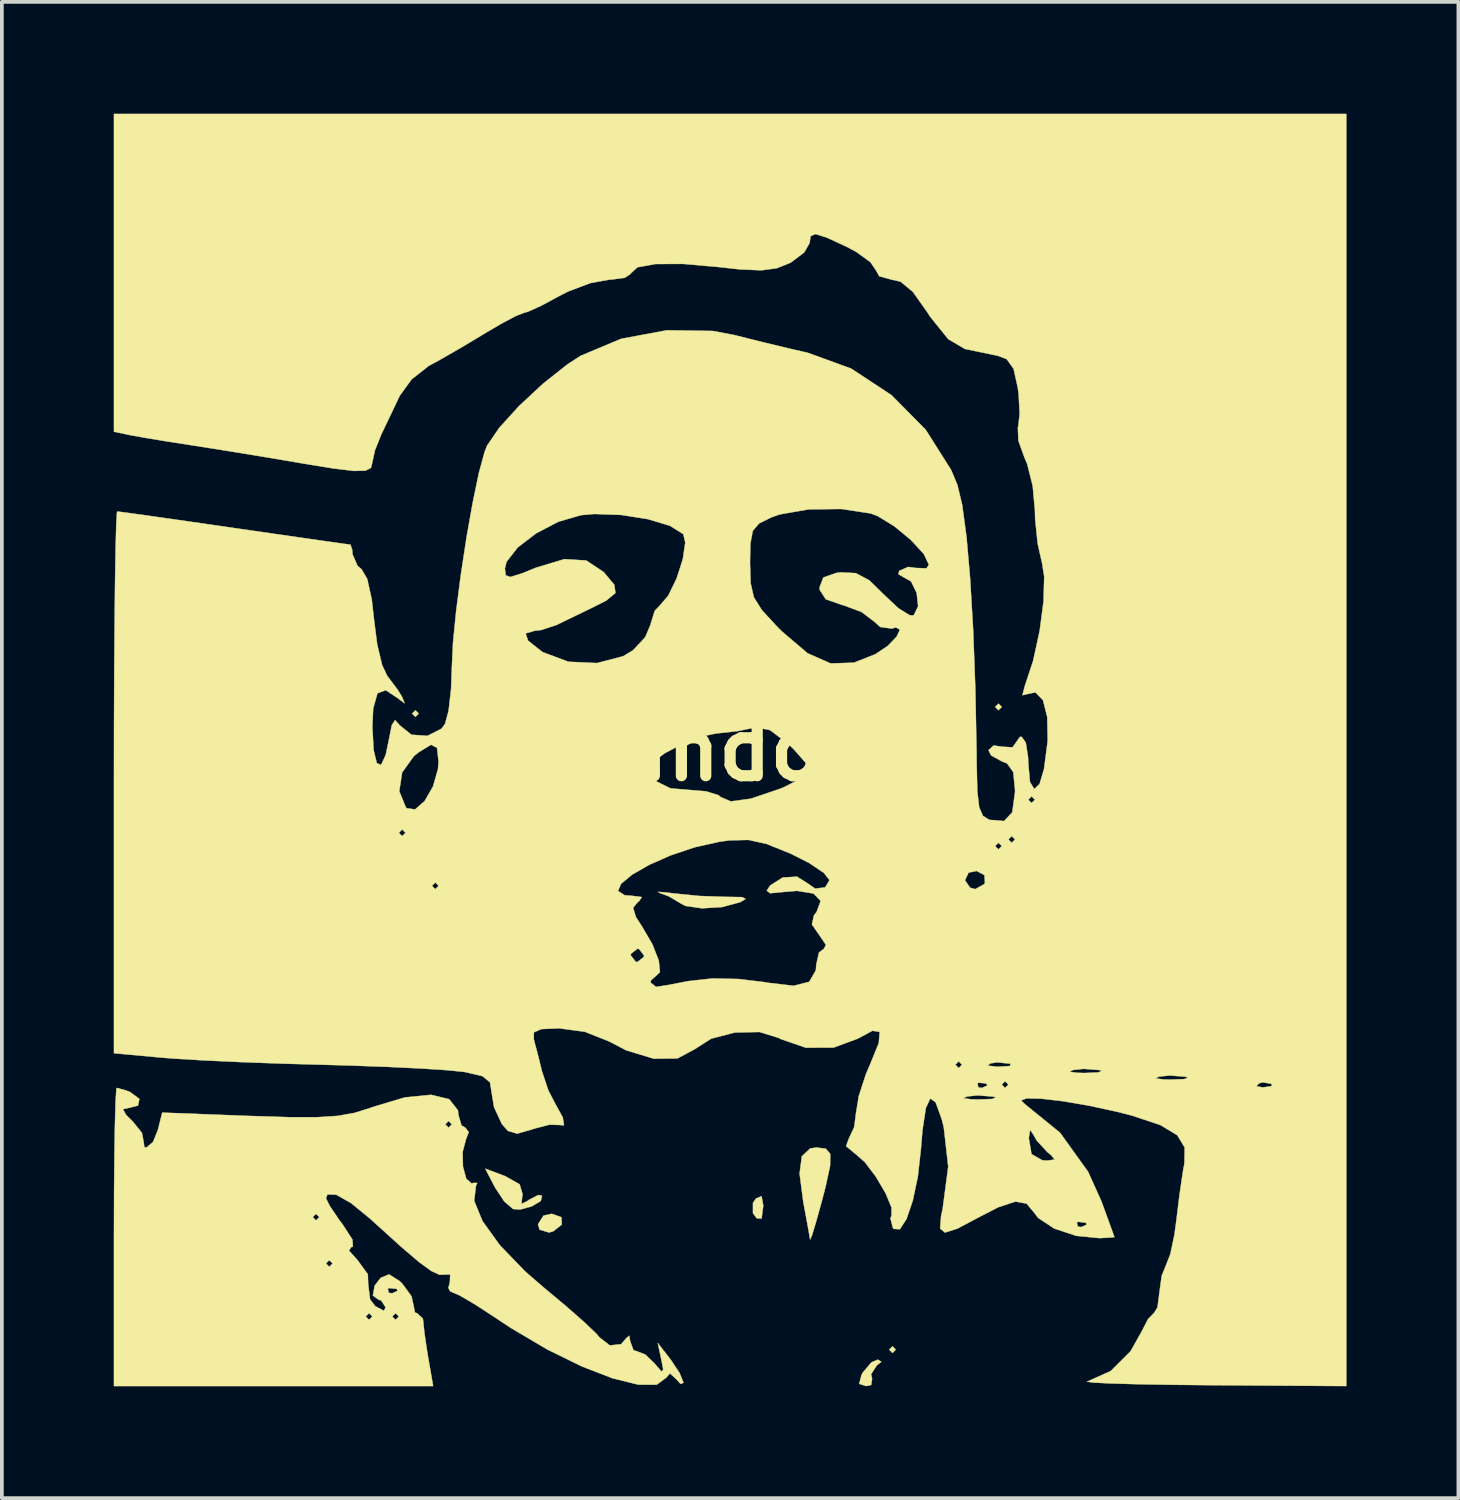
<source format=kicad_pcb>
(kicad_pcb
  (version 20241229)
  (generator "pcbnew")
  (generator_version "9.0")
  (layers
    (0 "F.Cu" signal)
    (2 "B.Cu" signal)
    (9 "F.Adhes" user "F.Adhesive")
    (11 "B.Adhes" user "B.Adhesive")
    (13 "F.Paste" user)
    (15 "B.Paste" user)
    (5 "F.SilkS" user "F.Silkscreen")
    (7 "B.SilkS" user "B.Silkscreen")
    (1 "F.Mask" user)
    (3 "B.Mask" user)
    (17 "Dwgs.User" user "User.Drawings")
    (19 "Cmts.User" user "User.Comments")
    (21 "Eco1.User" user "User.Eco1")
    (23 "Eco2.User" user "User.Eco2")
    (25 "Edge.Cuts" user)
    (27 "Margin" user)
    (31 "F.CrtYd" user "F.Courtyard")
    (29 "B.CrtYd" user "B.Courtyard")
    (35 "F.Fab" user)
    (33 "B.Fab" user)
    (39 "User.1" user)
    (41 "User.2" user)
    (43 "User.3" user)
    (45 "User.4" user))
  (footprint "landon"
    (layer "F.Cu")
    (at 16.524 17.057)
    (property "Reference" "landon" (at 0 0 0) (layer "F.SilkS") (effects (font (size 1.524 1.524) (thickness 0.3))))
    (attr through_hole)
    (fp_poly (pts (xy -8.348 -0.977) (xy -8.437 -0.888) (xy -8.526 -0.977) (xy -8.437 -1.066) (xy -8.348 -0.977)) (stroke (width 0.01) (type solid)) (fill yes) (layer "F.SilkS"))
    (fp_poly (pts (xy 4.441 16.075) (xy 4.352 16.164) (xy 4.263 16.075) (xy 4.352 15.986) (xy 4.441 16.075)) (stroke (width 0.01) (type solid)) (fill yes) (layer "F.SilkS"))
    (fp_poly (pts (xy 7.283 -1.155) (xy 7.194 -1.066) (xy 7.105 -1.155) (xy 7.194 -1.243) (xy 7.283 -1.155)) (stroke (width 0.01) (type solid)) (fill yes) (layer "F.SilkS"))
    (fp_poly (pts (xy -4.521 12.527) (xy -4.514 12.725) (xy -4.743 12.904) (xy -4.855 12.935) (xy -5.108 12.859) (xy -5.151 12.713) (xy -5.002 12.482) (xy -4.781 12.434) (xy -4.521 12.527)) (stroke (width 0.01) (type solid)) (fill yes) (layer "F.SilkS"))
    (fp_poly (pts (xy 0.888 12.212) (xy 0.888 12.22) (xy 0.844 12.56) (xy 0.714 12.555) (xy 0.612 12.418) (xy 0.612 12.142) (xy 0.69 12.027) (xy 0.843 11.961) (xy 0.888 12.212)) (stroke (width 0.01) (type solid)) (fill yes) (layer "F.SilkS"))
    (fp_poly (pts (xy 4.055 16.4) (xy 3.929 16.502) (xy 3.779 16.735) (xy 3.807 16.854) (xy 3.781 17.023) (xy 3.645 17.052) (xy 3.46 16.993) (xy 3.521 16.757) (xy 3.552 16.697) (xy 3.788 16.416) (xy 3.958 16.344) (xy 4.055 16.4)) (stroke (width 0.01) (type solid)) (fill yes) (layer "F.SilkS"))
    (fp_poly (pts (xy -1.705 3.819) (xy -1.51 3.845) (xy -0.825 3.913) (xy -0.128 3.937) (xy -0.089 3.937) (xy 0.325 3.944) (xy 0.416 3.995) (xy 0.266 4.081) (xy -0.216 4.211) (xy -0.756 4.244) (xy -1.198 4.18) (xy -1.341 4.103) (xy -1.645 3.922) (xy -1.865 3.842) (xy -1.936 3.802) (xy -1.705 3.819)) (stroke (width 0.01) (type solid)) (fill yes) (layer "F.SilkS"))
    (fp_poly (pts (xy -6.025 11.427) (xy -5.642 11.644) (xy -5.563 11.915) (xy -5.572 11.953) (xy -5.594 12.17) (xy -5.431 12.089) (xy -5.399 12.063) (xy -5.141 11.93) (xy -5.043 11.95) (xy -5.076 12.091) (xy -5.318 12.235) (xy -5.629 12.319) (xy -5.821 12.305) (xy -6.057 12.1) (xy -6.305 11.724) (xy -6.564 11.224) (xy -6.025 11.427)) (stroke (width 0.01) (type solid)) (fill yes) (layer "F.SilkS"))
    (fp_poly (pts (xy 2.566 10.689) (xy 2.684 10.829) (xy 2.681 11.142) (xy 2.562 11.696) (xy 2.463 12.078) (xy 2.308 12.638) (xy 2.194 13.014) (xy 2.144 13.126) (xy 2.144 13.124) (xy 2.106 12.901) (xy 2.023 12.448) (xy 1.959 12.104) (xy 1.862 11.355) (xy 1.922 10.893) (xy 2.147 10.681) (xy 2.318 10.657) (xy 2.566 10.689)) (stroke (width 0.01) (type solid)) (fill yes) (layer "F.SilkS"))
    (fp_poly (pts (xy -16.236 9.114) (xy -16.089 9.167) (xy -15.837 9.354) (xy -15.875 9.533) (xy -16.108 9.592) (xy -16.278 9.629) (xy -16.194 9.782) (xy -16.016 9.957) (xy -15.769 10.264) (xy -15.726 10.489) (xy -15.726 10.49) (xy -15.704 10.646) (xy -15.645 10.657) (xy -15.471 10.506) (xy -15.342 10.189) (xy -15.304 10.036) (xy -7.638 10.036) (xy -7.549 10.124) (xy -7.46 10.036) (xy -7.549 9.947) (xy -7.638 10.036) (xy -15.304 10.036) (xy -15.225 9.721) (xy -12.839 9.812) (xy -11.818 9.844) (xy -11.07 9.844) (xy -10.514 9.808) (xy -10.07 9.728) (xy -9.657 9.6) (xy -9.577 9.57) (xy -8.715 9.312) (xy -8.019 9.244) (xy -7.532 9.361) (xy -7.297 9.659) (xy -7.283 9.788) (xy -7.202 10.066) (xy -7.099 10.124) (xy -7.007 10.244) (xy -7.082 10.437) (xy -7.172 10.779) (xy -7.162 11.172) (xy -7.074 11.495) (xy -6.929 11.622) (xy -6.88 11.605) (xy -6.779 11.606) (xy -6.814 11.684) (xy -6.862 12.084) (xy -6.639 12.629) (xy -6.174 13.275) (xy -5.497 13.977) (xy -5.004 14.404) (xy -4.407 14.903) (xy -3.911 15.338) (xy -3.585 15.649) (xy -3.499 15.751) (xy -3.226 15.962) (xy -2.921 15.929) (xy -2.782 15.764) (xy -2.704 15.702) (xy -2.678 15.853) (xy -2.59 16.094) (xy -2.499 16.119) (xy -2.275 16.207) (xy -2.042 16.43) (xy -1.833 16.667) (xy -1.794 16.604) (xy -1.845 16.341) (xy -1.94 15.897) (xy -1.595 16.341) (xy -1.353 16.706) (xy -1.25 16.962) (xy -1.25 16.963) (xy -1.328 16.996) (xy -1.437 16.874) (xy -1.614 16.713) (xy -1.716 16.83) (xy -1.968 17.015) (xy -2.463 17.014) (xy -3.151 16.844) (xy -3.982 16.523) (xy -4.907 16.068) (xy -5.877 15.495) (xy -6.258 15.243) (xy -6.806 14.884) (xy -7.241 14.628) (xy -7.482 14.521) (xy -7.498 14.522) (xy -7.554 14.424) (xy -7.514 14.272) (xy -7.505 14.06) (xy -7.642 14.063) (xy -7.795 14.068) (xy -8.012 13.967) (xy -8.34 13.728) (xy -8.823 13.315) (xy -9.508 12.696) (xy -9.649 12.567) (xy -10.162 12.148) (xy -10.561 11.922) (xy -10.795 11.914) (xy -10.835 12.017) (xy -10.736 12.219) (xy -10.49 12.583) (xy -10.382 12.728) (xy -10.125 13.126) (xy -10.114 13.316) (xy -10.16 13.328) (xy -10.218 13.421) (xy -10.008 13.653) (xy -10.002 13.659) (xy -9.713 14.054) (xy -9.703 14.331) (xy -9.653 14.729) (xy -9.515 14.91) (xy -9.284 15.034) (xy -9.236 14.942) (xy -9.359 14.752) (xy -9.414 14.743) (xy -9.578 14.626) (xy -9.545 14.447) (xy -9.177 14.447) (xy -9.153 14.552) (xy -9.059 14.565) (xy -8.913 14.5) (xy -8.94 14.447) (xy -9.151 14.425) (xy -9.177 14.447) (xy -9.545 14.447) (xy -9.529 14.36) (xy -9.37 14.152) (xy -9.145 14.058) (xy -8.866 14.233) (xy -8.783 14.314) (xy -8.542 14.645) (xy -8.487 14.892) (xy -8.45 15.082) (xy -8.393 15.098) (xy -8.239 15.239) (xy -8.227 15.32) (xy -8.196 15.625) (xy -8.123 16.118) (xy -8.093 16.297) (xy -7.962 17.052) (xy -16.519 17.052) (xy -16.519 15.187) (xy -9.769 15.187) (xy -9.68 15.276) (xy -9.592 15.187) (xy -9.059 15.187) (xy -8.97 15.276) (xy -8.881 15.187) (xy -8.97 15.098) (xy -9.059 15.187) (xy -9.592 15.187) (xy -9.68 15.098) (xy -9.769 15.187) (xy -16.519 15.187) (xy -16.519 13.766) (xy -10.835 13.766) (xy -10.746 13.855) (xy -10.657 13.766) (xy -10.746 13.677) (xy -10.835 13.766) (xy -16.519 13.766) (xy -16.519 13.055) (xy -16.517 12.522) (xy -11.19 12.522) (xy -11.101 12.611) (xy -11.013 12.522) (xy -11.101 12.434) (xy -11.19 12.522) (xy -16.517 12.522) (xy -16.516 11.907) (xy -16.507 10.887) (xy -16.493 10.047) (xy -16.476 9.436) (xy -16.456 9.104) (xy -16.445 9.059) (xy -16.236 9.114)) (stroke (width 0.01) (type solid)) (fill yes) (layer "F.SilkS"))
    (fp_poly (pts (xy 16.519 17.052) (xy 12.833 17.028) (xy 11.766 17.017) (xy 10.861 17.001) (xy 10.164 16.98) (xy 9.717 16.957) (xy 9.565 16.932) (xy 9.592 16.923) (xy 10.202 16.65) (xy 10.736 16.117) (xy 11.02 15.613) (xy 11.205 15.255) (xy 11.358 15.098) (xy 11.362 15.098) (xy 11.457 14.943) (xy 11.506 14.569) (xy 11.507 14.553) (xy 11.57 14.095) (xy 11.69 13.798) (xy 11.802 13.513) (xy 11.909 13.005) (xy 11.963 12.611) (xy 12.045 11.94) (xy 12.136 11.321) (xy 12.18 11.073) (xy 12.186 10.655) (xy 11.986 10.326) (xy 11.536 10.055) (xy 10.794 9.807) (xy 10.388 9.702) (xy 9.622 9.535) (xy 8.921 9.415) (xy 8.344 9.348) (xy 7.951 9.339) (xy 7.802 9.394) (xy 7.884 9.479) (xy 8.845 10.26) (xy 9.597 11.307) (xy 9.954 12.098) (xy 10.142 12.613) (xy 10.268 12.962) (xy 10.302 13.059) (xy 10.151 13.073) (xy 9.902 13.086) (xy 9.28 13.025) (xy 8.686 12.828) (xy 8.448 12.67) (xy 9.296 12.67) (xy 9.32 12.776) (xy 9.414 12.789) (xy 9.56 12.724) (xy 9.532 12.67) (xy 9.322 12.649) (xy 9.296 12.67) (xy 8.448 12.67) (xy 8.258 12.545) (xy 8.163 12.419) (xy 7.949 12.161) (xy 7.646 12.106) (xy 7.184 12.26) (xy 6.677 12.522) (xy 6.093 12.831) (xy 5.76 12.937) (xy 5.63 12.831) (xy 5.655 12.501) (xy 5.698 12.3) (xy 5.847 11.171) (xy 5.761 10.406) (xy 8.007 10.406) (xy 8.08 10.833) (xy 8.371 11) (xy 8.511 11.007) (xy 8.7 10.978) (xy 8.597 10.853) (xy 8.51 10.785) (xy 8.218 10.47) (xy 8.125 10.302) (xy 8.042 10.185) (xy 8.007 10.406) (xy 5.761 10.406) (xy 5.727 10.109) (xy 5.673 9.898) (xy 5.509 9.444) (xy 5.367 9.343) (xy 5.249 9.592) (xy 5.157 10.188) (xy 5.115 10.698) (xy 5.032 11.441) (xy 4.895 12.088) (xy 4.727 12.578) (xy 4.55 12.848) (xy 4.386 12.838) (xy 4.36 12.802) (xy 4.297 12.55) (xy 4.326 12.489) (xy 4.327 12.266) (xy 4.166 11.879) (xy 3.905 11.436) (xy 3.609 11.046) (xy 3.355 10.824) (xy 3.109 10.622) (xy 3.178 10.428) (xy 3.325 10.114) (xy 3.375 9.732) (xy 3.44 9.335) (xy 6.254 9.335) (xy 6.467 9.365) (xy 6.661 9.369) (xy 7.026 9.355) (xy 7.121 9.315) (xy 7.063 9.292) (xy 6.636 9.259) (xy 6.352 9.288) (xy 6.254 9.335) (xy 3.44 9.335) (xy 3.451 9.271) (xy 3.559 8.94) (xy 6.631 8.94) (xy 6.656 9.046) (xy 6.75 9.059) (xy 6.896 8.994) (xy 6.883 8.97) (xy 7.283 8.97) (xy 7.371 9.059) (xy 7.414 9.016) (xy 14.109 9.016) (xy 14.284 9.045) (xy 14.514 9.012) (xy 14.517 8.951) (xy 14.279 8.909) (xy 14.176 8.937) (xy 14.109 9.016) (xy 7.414 9.016) (xy 7.46 8.97) (xy 7.371 8.881) (xy 7.283 8.97) (xy 6.883 8.97) (xy 6.868 8.94) (xy 6.657 8.919) (xy 6.631 8.94) (xy 3.559 8.94) (xy 3.604 8.802) (xy 11.405 8.802) (xy 11.618 8.832) (xy 11.812 8.836) (xy 12.177 8.822) (xy 12.272 8.782) (xy 12.214 8.759) (xy 11.787 8.726) (xy 11.503 8.755) (xy 11.405 8.802) (xy 3.604 8.802) (xy 3.643 8.684) (xy 3.668 8.625) (xy 9.096 8.625) (xy 9.309 8.654) (xy 9.503 8.659) (xy 9.868 8.644) (xy 9.963 8.604) (xy 9.905 8.581) (xy 9.478 8.548) (xy 9.194 8.578) (xy 9.096 8.625) (xy 3.668 8.625) (xy 3.749 8.437) (xy 6.039 8.437) (xy 6.128 8.526) (xy 6.195 8.459) (xy 6.903 8.459) (xy 7.139 8.49) (xy 7.194 8.491) (xy 7.497 8.472) (xy 7.524 8.416) (xy 7.508 8.409) (xy 7.155 8.374) (xy 6.975 8.403) (xy 6.903 8.459) (xy 6.195 8.459) (xy 6.217 8.437) (xy 6.128 8.348) (xy 6.039 8.437) (xy 3.749 8.437) (xy 3.753 8.428) (xy 3.986 7.853) (xy 4.009 7.556) (xy 3.814 7.527) (xy 3.425 7.737) (xy 2.773 7.978) (xy 2.025 7.98) (xy 1.344 7.744) (xy 1.306 7.72) (xy 0.787 7.56) (xy 0.13 7.573) (xy -0.508 7.739) (xy -0.955 8.024) (xy -1.411 8.268) (xy -2.047 8.275) (xy -2.785 8.052) (xy -3.24 7.814) (xy -3.895 7.554) (xy -4.586 7.461) (xy -5.062 7.482) (xy -5.262 7.571) (xy -5.263 7.763) (xy -5.26 7.771) (xy -5.153 8.171) (xy -5.044 8.615) (xy -4.873 9.127) (xy -4.68 9.498) (xy -4.486 9.851) (xy -4.454 10.061) (xy -4.592 10.052) (xy -4.847 10.045) (xy -5.263 10.154) (xy -5.3 10.168) (xy -5.707 10.285) (xy -5.954 10.213) (xy -6.119 10.029) (xy -6.329 9.575) (xy -6.389 9.215) (xy -6.437 8.911) (xy -6.638 8.744) (xy -7.088 8.638) (xy -7.142 8.629) (xy -7.571 8.585) (xy -8.277 8.539) (xy -9.182 8.495) (xy -10.207 8.458) (xy -10.916 8.438) (xy -12.034 8.407) (xy -13.137 8.366) (xy -14.129 8.32) (xy -14.915 8.273) (xy -15.231 8.248) (xy -16.519 8.129) (xy -16.519 5.506) (xy -2.664 5.506) (xy -2.529 5.679) (xy -2.487 5.684) (xy -2.314 5.549) (xy -2.309 5.506) (xy -2.444 5.334) (xy -2.487 5.329) (xy -2.659 5.464) (xy -2.664 5.506) (xy -16.519 5.506) (xy -16.519 3.78) (xy -3.006 3.78) (xy -2.827 3.893) (xy -2.62 3.91) (xy -2.366 3.943) (xy -2.44 4.052) (xy -2.467 4.07) (xy -2.602 4.228) (xy -2.526 4.478) (xy -2.361 4.733) (xy -2.082 5.211) (xy -1.912 5.649) (xy -1.881 5.954) (xy -1.97 6.039) (xy -2.124 6.177) (xy -2.131 6.236) (xy -1.985 6.351) (xy -1.643 6.297) (xy -1.131 6.197) (xy -0.522 6.129) (xy -0.444 6.125) (xy 0.221 6.139) (xy 0.922 6.223) (xy 1.011 6.24) (xy 1.703 6.321) (xy 2.121 6.214) (xy 2.298 5.907) (xy 2.309 5.754) (xy 2.382 5.429) (xy 2.514 5.329) (xy 2.568 5.223) (xy 2.401 4.977) (xy 2.193 4.677) (xy 2.247 4.435) (xy 2.318 4.342) (xy 2.427 4.047) (xy 2.236 3.848) (xy 1.795 3.776) (xy 1.451 3.804) (xy 1.072 3.84) (xy 0.982 3.772) (xy 1.073 3.632) (xy 1.408 3.419) (xy 1.792 3.395) (xy 2.043 3.552) (xy 2.281 3.716) (xy 2.547 3.683) (xy 2.662 3.492) (xy 6.297 3.492) (xy 6.431 3.691) (xy 6.572 3.73) (xy 6.804 3.602) (xy 6.831 3.565) (xy 6.819 3.354) (xy 6.606 3.242) (xy 6.392 3.288) (xy 6.297 3.492) (xy 2.662 3.492) (xy 2.664 3.488) (xy 2.514 3.295) (xy 2.122 3.031) (xy 1.633 2.783) (xy 1.122 2.576) (xy 7.105 2.576) (xy 7.194 2.664) (xy 7.283 2.576) (xy 7.194 2.487) (xy 7.105 2.576) (xy 1.122 2.576) (xy 0.988 2.521) (xy 0.49 2.41) (xy -0.021 2.423) (xy -0.282 2.459) (xy -0.95 2.608) (xy -1.596 2.825) (xy -2.172 3.08) (xy -2.631 3.344) (xy -2.925 3.588) (xy -3.006 3.78) (xy -16.519 3.78) (xy -16.519 3.641) (xy -7.993 3.641) (xy -7.904 3.73) (xy -7.815 3.641) (xy -7.904 3.552) (xy -7.993 3.641) (xy -16.519 3.641) (xy -16.519 2.398) (xy 7.46 2.398) (xy 7.549 2.487) (xy 7.638 2.398) (xy 7.549 2.309) (xy 7.46 2.398) (xy -16.519 2.398) (xy -16.519 2.22) (xy -8.881 2.22) (xy -8.792 2.309) (xy -8.703 2.22) (xy -8.792 2.131) (xy -8.881 2.22) (xy -16.519 2.22) (xy -16.519 1.105) (xy -8.87 1.105) (xy -8.694 1.536) (xy -8.67 1.561) (xy -8.446 1.593) (xy -8.191 1.37) (xy -7.966 0.979) (xy -7.832 0.51) (xy -7.827 0.442) (xy -2.131 0.442) (xy -2.004 0.827) (xy -1.602 1.027) (xy -1.146 1.066) (xy -0.647 1.107) (xy -0.311 1.212) (xy -0.255 1.261) (xy 0.02 1.378) (xy 0.558 1.304) (xy 1.328 1.043) (xy 1.465 0.986) (xy 1.883 0.773) (xy 2.115 0.583) (xy 2.131 0.539) (xy 2.012 0.327) (xy 1.711 -0.014) (xy 1.554 -0.166) (xy 1.072 -0.532) (xy 0.693 -0.61) (xy 0.622 -0.593) (xy 0.201 -0.506) (xy -0.34 -0.447) (xy -0.38 -0.444) (xy -0.798 -0.353) (xy -1.294 -0.156) (xy -1.755 0.088) (xy -2.065 0.322) (xy -2.131 0.442) (xy -7.827 0.442) (xy -7.817 0.311) (xy -7.858 -0.061) (xy -8.018 -0.141) (xy -8.348 0.059) (xy -8.481 0.168) (xy -8.793 0.602) (xy -8.87 1.105) (xy -16.519 1.105) (xy -16.519 0.867) (xy -16.517 -0.7) (xy -16.511 -2.151) (xy -16.501 -3.449) (xy -16.489 -4.556) (xy -16.474 -5.435) (xy -16.457 -6.05) (xy -16.439 -6.362) (xy -16.431 -6.394) (xy -16.234 -6.37) (xy -15.745 -6.303) (xy -15.022 -6.2) (xy -14.123 -6.071) (xy -13.287 -5.95) (xy -12.29 -5.806) (xy -11.423 -5.681) (xy -10.744 -5.584) (xy -10.31 -5.523) (xy -10.178 -5.506) (xy -10.13 -5.362) (xy -10.124 -5.249) (xy -9.988 -4.937) (xy -9.883 -4.849) (xy -9.728 -4.585) (xy -9.606 -4.028) (xy -9.547 -3.499) (xy -9.461 -2.825) (xy -9.329 -2.277) (xy -9.194 -1.99) (xy -8.915 -1.619) (xy -8.793 -1.421) (xy -8.724 -1.251) (xy -8.867 -1.355) (xy -8.891 -1.377) (xy -9.233 -1.603) (xy -9.455 -1.52) (xy -9.569 -1.114) (xy -9.592 -0.632) (xy -9.558 -0.002) (xy -9.473 0.349) (xy -9.358 0.401) (xy -9.234 0.132) (xy -9.159 -0.225) (xy -9.07 -0.668) (xy -8.982 -0.802) (xy -8.864 -0.67) (xy -8.862 -0.666) (xy -8.544 -0.41) (xy -8.116 -0.379) (xy -7.74 -0.57) (xy -7.644 -0.699) (xy -7.548 -1.051) (xy -7.482 -1.625) (xy -7.46 -2.216) (xy -7.429 -2.88) (xy -7.344 -3.738) (xy -7.219 -4.706) (xy -7.194 -4.866) (xy -6.039 -4.866) (xy -6.016 -4.683) (xy -5.89 -4.639) (xy -5.58 -4.735) (xy -5.212 -4.885) (xy -4.444 -5.117) (xy -3.856 -5.081) (xy -3.39 -4.771) (xy -3.382 -4.762) (xy -3.105 -4.43) (xy -3.074 -4.209) (xy -3.319 -4.007) (xy -3.686 -3.821) (xy -4.188 -3.578) (xy -4.596 -3.38) (xy -4.66 -3.349) (xy -5.063 -3.217) (xy -5.237 -3.197) (xy -5.482 -3.126) (xy -5.417 -2.932) (xy -5.055 -2.645) (xy -5.018 -2.621) (xy -4.335 -2.366) (xy -3.569 -2.331) (xy -2.868 -2.514) (xy -2.599 -2.677) (xy -2.275 -3.026) (xy -2.132 -3.365) (xy -2.131 -3.379) (xy -2.021 -3.732) (xy -1.903 -3.854) (xy -1.661 -4.135) (xy -1.435 -4.599) (xy -1.301 -5.015) (xy 0.533 -5.015) (xy 0.549 -4.477) (xy 0.635 -4.097) (xy 0.85 -3.752) (xy 1.25 -3.318) (xy 1.396 -3.172) (xy 2.079 -2.592) (xy 2.696 -2.321) (xy 3.318 -2.341) (xy 3.895 -2.569) (xy 4.228 -2.793) (xy 4.463 -3.038) (xy 4.552 -3.228) (xy 4.446 -3.287) (xy 4.334 -3.255) (xy 4.028 -3.297) (xy 3.846 -3.456) (xy 3.525 -3.699) (xy 3.048 -3.878) (xy 3.011 -3.886) (xy 2.563 -4.042) (xy 2.402 -4.295) (xy 2.398 -4.359) (xy 2.498 -4.624) (xy 2.849 -4.748) (xy 2.963 -4.762) (xy 3.37 -4.742) (xy 3.73 -4.55) (xy 4.134 -4.156) (xy 4.512 -3.8) (xy 4.815 -3.613) (xy 4.921 -3.609) (xy 5.039 -3.852) (xy 5.001 -4.212) (xy 4.85 -4.521) (xy 4.676 -4.618) (xy 4.511 -4.713) (xy 4.534 -4.803) (xy 4.773 -4.908) (xy 4.988 -4.88) (xy 5.265 -4.871) (xy 5.329 -4.967) (xy 5.192 -5.255) (xy 4.849 -5.628) (xy 4.404 -5.997) (xy 3.958 -6.271) (xy 3.771 -6.342) (xy 2.98 -6.462) (xy 2.109 -6.451) (xy 1.334 -6.317) (xy 1.11 -6.239) (xy 0.779 -6.076) (xy 0.607 -5.875) (xy 0.542 -5.525) (xy 0.533 -5.015) (xy -1.301 -5.015) (xy -1.268 -5.118) (xy -1.203 -5.565) (xy -1.255 -5.787) (xy -1.61 -6.01) (xy -2.204 -6.189) (xy -2.918 -6.302) (xy -3.637 -6.328) (xy -3.999 -6.296) (xy -4.604 -6.12) (xy -5.2 -5.809) (xy -5.695 -5.43) (xy -5.993 -5.048) (xy -6.039 -4.866) (xy -7.194 -4.866) (xy -7.067 -5.7) (xy -6.901 -6.635) (xy -6.736 -7.427) (xy -6.583 -7.991) (xy -6.517 -8.159) (xy -6.189 -8.639) (xy -5.659 -9.222) (xy -5.021 -9.817) (xy -4.37 -10.333) (xy -4.011 -10.567) (xy -2.923 -11.024) (xy -1.692 -11.253) (xy -0.46 -11.234) (xy 0.113 -11.125) (xy 0.885 -10.931) (xy 1.697 -10.737) (xy 2.081 -10.65) (xy 3.245 -10.226) (xy 4.325 -9.515) (xy 5.244 -8.586) (xy 5.925 -7.509) (xy 6.094 -7.105) (xy 6.223 -6.564) (xy 6.338 -5.708) (xy 6.436 -4.576) (xy 6.516 -3.21) (xy 6.574 -1.648) (xy 6.607 0.07) (xy 6.61 0.395) (xy 6.627 1.105) (xy 6.677 1.536) (xy 6.777 1.765) (xy 6.944 1.87) (xy 6.95 1.872) (xy 7.344 1.905) (xy 7.564 1.67) (xy 7.61 1.332) (xy 7.993 1.332) (xy 8.082 1.421) (xy 8.171 1.332) (xy 8.082 1.243) (xy 7.993 1.332) (xy 7.61 1.332) (xy 7.637 1.134) (xy 7.638 1.076) (xy 7.592 0.595) (xy 7.425 0.36) (xy 7.283 0.304) (xy 6.994 0.142) (xy 6.927 0.005) (xy 7.064 -0.122) (xy 7.283 -0.089) (xy 7.569 -0.072) (xy 7.638 -0.166) (xy 7.766 -0.348) (xy 7.815 -0.355) (xy 7.927 -0.198) (xy 7.988 0.196) (xy 7.993 0.355) (xy 8.039 0.857) (xy 8.153 1.047) (xy 8.296 0.91) (xy 8.415 0.511) (xy 8.514 -0.249) (xy 8.501 -0.885) (xy 8.387 -1.337) (xy 8.186 -1.545) (xy 7.983 -1.503) (xy 7.837 -1.468) (xy 7.895 -1.699) (xy 7.896 -1.703) (xy 8.124 -2.394) (xy 8.298 -3.194) (xy 8.402 -3.985) (xy 8.42 -4.65) (xy 8.363 -5.009) (xy 8.245 -5.53) (xy 8.177 -6.187) (xy 8.171 -6.43) (xy 8.112 -7.076) (xy 7.964 -7.669) (xy 7.891 -7.84) (xy 7.729 -8.288) (xy 7.714 -8.644) (xy 7.72 -8.662) (xy 7.762 -9.005) (xy 7.736 -9.526) (xy 7.712 -9.713) (xy 7.598 -10.223) (xy 7.413 -10.48) (xy 7.173 -10.57) (xy 6.648 -10.679) (xy 6.294 -10.752) (xy 5.847 -11.015) (xy 5.359 -11.622) (xy 5.291 -11.729) (xy 4.9 -12.282) (xy 4.57 -12.556) (xy 4.325 -12.611) (xy 3.996 -12.703) (xy 3.908 -12.862) (xy 3.76 -13.08) (xy 3.386 -13.351) (xy 3.141 -13.483) (xy 2.593 -13.737) (xy 2.289 -13.833) (xy 2.158 -13.777) (xy 2.131 -13.593) (xy 1.987 -13.34) (xy 1.637 -13.076) (xy 1.597 -13.054) (xy 1.247 -12.915) (xy 0.838 -12.86) (xy 0.263 -12.885) (xy -0.312 -12.948) (xy -1.262 -13.032) (xy -2 -13.029) (xy -2.482 -12.943) (xy -2.664 -12.778) (xy -2.664 -12.768) (xy -2.82 -12.661) (xy -3.198 -12.61) (xy -3.242 -12.609) (xy -3.746 -12.518) (xy -4.348 -12.291) (xy -4.592 -12.165) (xy -5.068 -11.909) (xy -5.421 -11.75) (xy -5.521 -11.723) (xy -5.744 -11.636) (xy -6.168 -11.41) (xy -6.615 -11.146) (xy -7.218 -10.784) (xy -7.783 -10.459) (xy -8.08 -10.298) (xy -8.538 -9.938) (xy -8.857 -9.498) (xy -9.123 -8.939) (xy -9.349 -8.467) (xy -9.523 -8.031) (xy -9.592 -7.712) (xy -9.628 -7.565) (xy -9.774 -7.489) (xy -10.087 -7.482) (xy -10.624 -7.546) (xy -11.443 -7.679) (xy -11.62 -7.71) (xy -12.537 -7.865) (xy -13.542 -8.029) (xy -14.387 -8.162) (xy -15.093 -8.272) (xy -15.704 -8.373) (xy -16.098 -8.444) (xy -16.119 -8.449) (xy -16.519 -8.533) (xy -16.519 -17.052) (xy 16.519 -17.052) (xy 16.519 17.052)) (stroke (width 0.01) (type solid)) (fill yes) (layer "F.SilkS")))
  (gr_rect
    (start -3 -3)
    (end 36.048 37.113)
    (stroke (width 0.1) (type default))
    (fill no)
    (layer "Edge.Cuts")))
</source>
